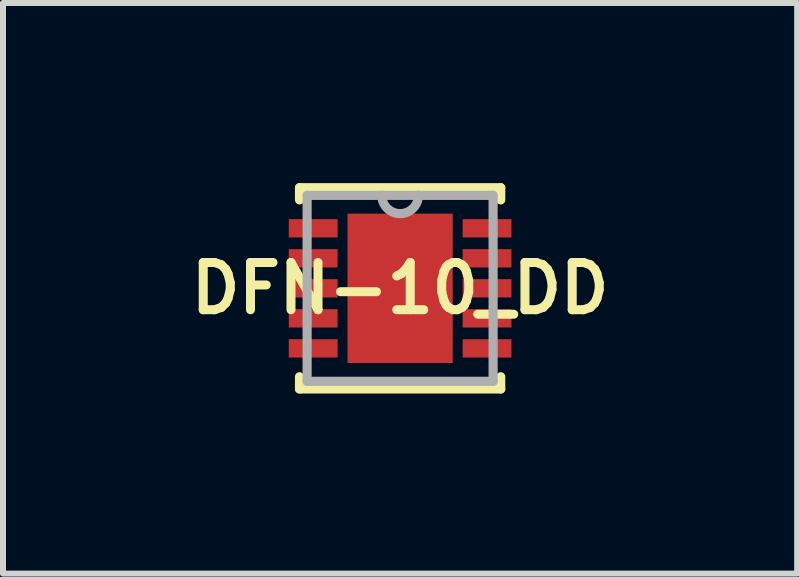
<source format=kicad_pcb>
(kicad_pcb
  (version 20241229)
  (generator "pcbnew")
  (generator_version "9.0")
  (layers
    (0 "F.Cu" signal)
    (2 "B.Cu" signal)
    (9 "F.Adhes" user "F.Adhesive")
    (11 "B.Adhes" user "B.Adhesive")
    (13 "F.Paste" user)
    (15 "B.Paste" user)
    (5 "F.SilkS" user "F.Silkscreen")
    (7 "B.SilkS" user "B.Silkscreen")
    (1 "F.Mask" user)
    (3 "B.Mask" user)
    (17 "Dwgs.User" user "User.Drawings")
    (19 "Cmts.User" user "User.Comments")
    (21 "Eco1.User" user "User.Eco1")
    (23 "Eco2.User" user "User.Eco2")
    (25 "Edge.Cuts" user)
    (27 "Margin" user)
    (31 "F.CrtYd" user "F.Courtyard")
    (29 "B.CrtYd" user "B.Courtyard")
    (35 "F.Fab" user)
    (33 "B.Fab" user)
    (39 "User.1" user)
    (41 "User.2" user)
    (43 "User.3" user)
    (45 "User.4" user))
  (footprint "DFN-10_DD"
    (layer "F.Cu")
    (at 3.615 1.753)
    (property "Reference" "DFN-10_DD" (at 0 0 0) (layer "F.SilkS") (effects (font (size 0.787 0.787) (thickness 0.15))))
    (attr smd)
    (fp_line (start -1.676 -1.676) (end -1.676 -1.473) (stroke (width 0.152) (type solid)) (layer "F.SilkS"))
    (fp_line (start -1.676 1.473) (end -1.676 1.676) (stroke (width 0.152) (type solid)) (layer "F.SilkS"))
    (fp_line (start -1.676 1.676) (end 1.676 1.676) (stroke (width 0.152) (type solid)) (layer "F.SilkS"))
    (fp_line (start 1.676 -1.676) (end -1.676 -1.676) (stroke (width 0.152) (type solid)) (layer "F.SilkS"))
    (fp_line (start 1.676 -1.473) (end 1.676 -1.676) (stroke (width 0.152) (type solid)) (layer "F.SilkS"))
    (fp_line (start 1.676 1.676) (end 1.676 1.473) (stroke (width 0.152) (type solid)) (layer "F.SilkS"))
    (fp_poly (pts (xy -0.876 -1.245) (xy -0.876 1.245) (xy 0.876 1.245) (xy 0.876 -1.245)) (stroke (width 0.025) (type solid)) (fill yes) (layer "F.Paste"))
    (fp_line (start -1.549 -1.549) (end -1.549 1.549) (stroke (width 0.152) (type solid)) (layer "F.Fab"))
    (fp_line (start -1.549 1.549) (end 1.549 1.549) (stroke (width 0.152) (type solid)) (layer "F.Fab"))
    (fp_line (start -0.305 -1.549) (end -1.549 -1.549) (stroke (width 0.152) (type solid)) (layer "F.Fab"))
    (fp_line (start 0.305 -1.549) (end -0.305 -1.549) (stroke (width 0.152) (type solid)) (layer "F.Fab"))
    (fp_line (start 1.549 -1.549) (end 0.305 -1.549) (stroke (width 0.152) (type solid)) (layer "F.Fab"))
    (fp_line (start 1.549 1.549) (end 1.549 -1.549) (stroke (width 0.152) (type solid)) (layer "F.Fab"))
    (fp_arc (start 0.3048 -1.5494) (mid 0 -1.2446) (end -0.3048 -1.5494) (stroke (width 0.1524) (type solid)) (layer "F.Fab"))
    (pad "1" smd rect (at -1.448 -1) (size 0.813 0.305) (layers "F.Cu" "F.Mask" "F.Paste"))
    (pad "2" smd rect (at -1.448 -0.5) (size 0.813 0.305) (layers "F.Cu" "F.Mask" "F.Paste"))
    (pad "3" smd rect (at -1.448 0) (size 0.813 0.305) (layers "F.Cu" "F.Mask" "F.Paste"))
    (pad "4" smd rect (at -1.448 0.5) (size 0.813 0.305) (layers "F.Cu" "F.Mask" "F.Paste"))
    (pad "5" smd rect (at -1.448 1) (size 0.813 0.305) (layers "F.Cu" "F.Mask" "F.Paste"))
    (pad "6" smd rect (at 1.448 1) (size 0.813 0.305) (layers "F.Cu" "F.Mask" "F.Paste"))
    (pad "7" smd rect (at 1.448 0.5) (size 0.813 0.305) (layers "F.Cu" "F.Mask" "F.Paste"))
    (pad "8" smd rect (at 1.448 0) (size 0.813 0.305) (layers "F.Cu" "F.Mask" "F.Paste"))
    (pad "9" smd rect (at 1.448 -0.5) (size 0.813 0.305) (layers "F.Cu" "F.Mask" "F.Paste"))
    (pad "10" smd rect (at 1.448 -1) (size 0.813 0.305) (layers "F.Cu" "F.Mask" "F.Paste"))
    (pad "11" smd rect (at 0 0) (size 1.753 2.489) (layers "F.Cu" "F.Mask")))
  (gr_rect
    (start -3 -3)
    (end 10.229 6.505)
    (stroke (width 0.1) (type default))
    (fill no)
    (layer "Edge.Cuts")))
</source>
